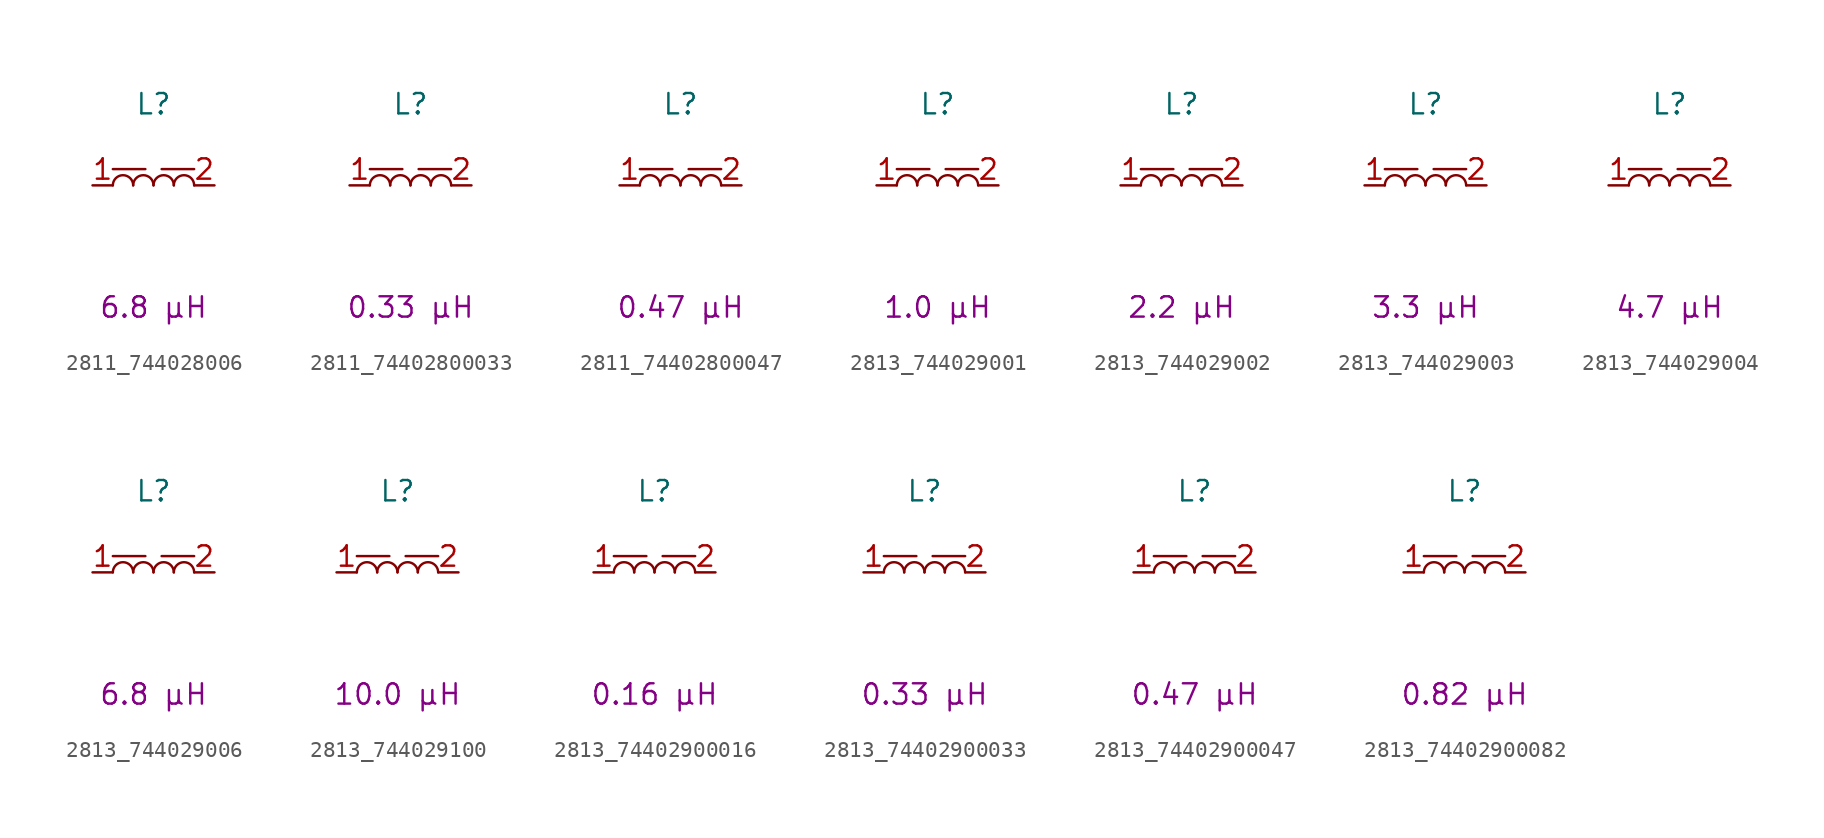
<source format=kicad_sym>
(kicad_symbol_lib
  (version 20220914)
  (generator kicad_symbol_editor)
  (symbol "2811_744028006"
    (pin_names hide)
    (property "Reference" "L"
      (at 0 5.08 0)
      (effects (font (size 1.27 1.27))))
    (property "Critical Parameter" "6.8 µH"
      (at 0 -7.62 0)
      (effects (font (size 1.27 1.27))))
    (symbol "2811_744028006_0_1"
      (arc (start -1.27 0) (mid -1.905 0.6323) (end -2.54 0) (stroke (width 0) (type default)) (fill (type none)))
      (arc (start 0 0) (mid -0.635 0.6323) (end -1.27 0) (stroke (width 0) (type default)) (fill (type none)))
      (polyline (pts (xy -2.54 1.016) (xy -0.508 1.016)) (stroke (width 0) (type default)) (fill (type none)))
      (arc (start 1.27 0) (mid 0.635 0.6323) (end 0 0) (stroke (width 0) (type default)) (fill (type none)))
      (arc (start 2.54 0) (mid 1.905 0.6323) (end 1.27 0) (stroke (width 0) (type default)) (fill (type none))))
    (symbol "2811_744028006_1_1"
      (polyline (pts (xy 2.54 1.016) (xy 0.508 1.016)) (stroke (width 0) (type default)) (fill (type none)))
      (pin passive line (at -3.81 0 0) (length 1.27) (name "1" (effects (font (size 1.27 1.27)))) (number "1" (effects (font (size 1.27 1.27)))))
      (pin passive line (at 3.81 0 180) (length 1.27) (name "2" (effects (font (size 1.27 1.27)))) (number "2" (effects (font (size 1.27 1.27)))))))
  (symbol "2811_74402800033"
    (pin_names hide)
    (property "Reference" "L"
      (at 0 5.08 0)
      (effects (font (size 1.27 1.27))))
    (property "Critical Parameter" "0.33 µH"
      (at 0 -7.62 0)
      (effects (font (size 1.27 1.27))))
    (symbol "2811_74402800033_0_1"
      (arc (start -1.27 0) (mid -1.905 0.6323) (end -2.54 0) (stroke (width 0) (type default)) (fill (type none)))
      (arc (start 0 0) (mid -0.635 0.6323) (end -1.27 0) (stroke (width 0) (type default)) (fill (type none)))
      (polyline (pts (xy -2.54 1.016) (xy -0.508 1.016)) (stroke (width 0) (type default)) (fill (type none)))
      (arc (start 1.27 0) (mid 0.635 0.6323) (end 0 0) (stroke (width 0) (type default)) (fill (type none)))
      (arc (start 2.54 0) (mid 1.905 0.6323) (end 1.27 0) (stroke (width 0) (type default)) (fill (type none))))
    (symbol "2811_74402800033_1_1"
      (polyline (pts (xy 2.54 1.016) (xy 0.508 1.016)) (stroke (width 0) (type default)) (fill (type none)))
      (pin passive line (at -3.81 0 0) (length 1.27) (name "1" (effects (font (size 1.27 1.27)))) (number "1" (effects (font (size 1.27 1.27)))))
      (pin passive line (at 3.81 0 180) (length 1.27) (name "2" (effects (font (size 1.27 1.27)))) (number "2" (effects (font (size 1.27 1.27)))))))
  (symbol "2811_74402800047"
    (pin_names hide)
    (property "Reference" "L"
      (at 0 5.08 0)
      (effects (font (size 1.27 1.27))))
    (property "Critical Parameter" "0.47 µH"
      (at 0 -7.62 0)
      (effects (font (size 1.27 1.27))))
    (symbol "2811_74402800047_0_1"
      (arc (start -1.27 0) (mid -1.905 0.6323) (end -2.54 0) (stroke (width 0) (type default)) (fill (type none)))
      (arc (start 0 0) (mid -0.635 0.6323) (end -1.27 0) (stroke (width 0) (type default)) (fill (type none)))
      (polyline (pts (xy -2.54 1.016) (xy -0.508 1.016)) (stroke (width 0) (type default)) (fill (type none)))
      (arc (start 1.27 0) (mid 0.635 0.6323) (end 0 0) (stroke (width 0) (type default)) (fill (type none)))
      (arc (start 2.54 0) (mid 1.905 0.6323) (end 1.27 0) (stroke (width 0) (type default)) (fill (type none))))
    (symbol "2811_74402800047_1_1"
      (polyline (pts (xy 2.54 1.016) (xy 0.508 1.016)) (stroke (width 0) (type default)) (fill (type none)))
      (pin passive line (at -3.81 0 0) (length 1.27) (name "1" (effects (font (size 1.27 1.27)))) (number "1" (effects (font (size 1.27 1.27)))))
      (pin passive line (at 3.81 0 180) (length 1.27) (name "2" (effects (font (size 1.27 1.27)))) (number "2" (effects (font (size 1.27 1.27)))))))
  (symbol "2813_744029001"
    (pin_names hide)
    (property "Reference" "L"
      (at 0 5.08 0)
      (effects (font (size 1.27 1.27))))
    (property "Critical Parameter" "1.0 µH"
      (at 0 -7.62 0)
      (effects (font (size 1.27 1.27))))
    (symbol "2813_744029001_0_1"
      (arc (start -1.27 0) (mid -1.905 0.6323) (end -2.54 0) (stroke (width 0) (type default)) (fill (type none)))
      (arc (start 0 0) (mid -0.635 0.6323) (end -1.27 0) (stroke (width 0) (type default)) (fill (type none)))
      (polyline (pts (xy -2.54 1.016) (xy -0.508 1.016)) (stroke (width 0) (type default)) (fill (type none)))
      (arc (start 1.27 0) (mid 0.635 0.6323) (end 0 0) (stroke (width 0) (type default)) (fill (type none)))
      (arc (start 2.54 0) (mid 1.905 0.6323) (end 1.27 0) (stroke (width 0) (type default)) (fill (type none))))
    (symbol "2813_744029001_1_1"
      (polyline (pts (xy 2.54 1.016) (xy 0.508 1.016)) (stroke (width 0) (type default)) (fill (type none)))
      (pin passive line (at -3.81 0 0) (length 1.27) (name "1" (effects (font (size 1.27 1.27)))) (number "1" (effects (font (size 1.27 1.27)))))
      (pin passive line (at 3.81 0 180) (length 1.27) (name "2" (effects (font (size 1.27 1.27)))) (number "2" (effects (font (size 1.27 1.27)))))))
  (symbol "2813_744029002"
    (pin_names hide)
    (property "Reference" "L"
      (at 0 5.08 0)
      (effects (font (size 1.27 1.27))))
    (property "Critical Parameter" "2.2 µH"
      (at 0 -7.62 0)
      (effects (font (size 1.27 1.27))))
    (symbol "2813_744029002_0_1"
      (arc (start -1.27 0) (mid -1.905 0.6323) (end -2.54 0) (stroke (width 0) (type default)) (fill (type none)))
      (arc (start 0 0) (mid -0.635 0.6323) (end -1.27 0) (stroke (width 0) (type default)) (fill (type none)))
      (polyline (pts (xy -2.54 1.016) (xy -0.508 1.016)) (stroke (width 0) (type default)) (fill (type none)))
      (arc (start 1.27 0) (mid 0.635 0.6323) (end 0 0) (stroke (width 0) (type default)) (fill (type none)))
      (arc (start 2.54 0) (mid 1.905 0.6323) (end 1.27 0) (stroke (width 0) (type default)) (fill (type none))))
    (symbol "2813_744029002_1_1"
      (polyline (pts (xy 2.54 1.016) (xy 0.508 1.016)) (stroke (width 0) (type default)) (fill (type none)))
      (pin passive line (at -3.81 0 0) (length 1.27) (name "1" (effects (font (size 1.27 1.27)))) (number "1" (effects (font (size 1.27 1.27)))))
      (pin passive line (at 3.81 0 180) (length 1.27) (name "2" (effects (font (size 1.27 1.27)))) (number "2" (effects (font (size 1.27 1.27)))))))
  (symbol "2813_744029003"
    (pin_names hide)
    (property "Reference" "L"
      (at 0 5.08 0)
      (effects (font (size 1.27 1.27))))
    (property "Critical Parameter" "3.3 µH"
      (at 0 -7.62 0)
      (effects (font (size 1.27 1.27))))
    (symbol "2813_744029003_0_1"
      (arc (start -1.27 0) (mid -1.905 0.6323) (end -2.54 0) (stroke (width 0) (type default)) (fill (type none)))
      (arc (start 0 0) (mid -0.635 0.6323) (end -1.27 0) (stroke (width 0) (type default)) (fill (type none)))
      (polyline (pts (xy -2.54 1.016) (xy -0.508 1.016)) (stroke (width 0) (type default)) (fill (type none)))
      (arc (start 1.27 0) (mid 0.635 0.6323) (end 0 0) (stroke (width 0) (type default)) (fill (type none)))
      (arc (start 2.54 0) (mid 1.905 0.6323) (end 1.27 0) (stroke (width 0) (type default)) (fill (type none))))
    (symbol "2813_744029003_1_1"
      (polyline (pts (xy 2.54 1.016) (xy 0.508 1.016)) (stroke (width 0) (type default)) (fill (type none)))
      (pin passive line (at -3.81 0 0) (length 1.27) (name "1" (effects (font (size 1.27 1.27)))) (number "1" (effects (font (size 1.27 1.27)))))
      (pin passive line (at 3.81 0 180) (length 1.27) (name "2" (effects (font (size 1.27 1.27)))) (number "2" (effects (font (size 1.27 1.27)))))))
  (symbol "2813_744029004"
    (pin_names hide)
    (property "Reference" "L"
      (at 0 5.08 0)
      (effects (font (size 1.27 1.27))))
    (property "Critical Parameter" "4.7 µH"
      (at 0 -7.62 0)
      (effects (font (size 1.27 1.27))))
    (symbol "2813_744029004_0_1"
      (arc (start -1.27 0) (mid -1.905 0.6323) (end -2.54 0) (stroke (width 0) (type default)) (fill (type none)))
      (arc (start 0 0) (mid -0.635 0.6323) (end -1.27 0) (stroke (width 0) (type default)) (fill (type none)))
      (polyline (pts (xy -2.54 1.016) (xy -0.508 1.016)) (stroke (width 0) (type default)) (fill (type none)))
      (arc (start 1.27 0) (mid 0.635 0.6323) (end 0 0) (stroke (width 0) (type default)) (fill (type none)))
      (arc (start 2.54 0) (mid 1.905 0.6323) (end 1.27 0) (stroke (width 0) (type default)) (fill (type none))))
    (symbol "2813_744029004_1_1"
      (polyline (pts (xy 2.54 1.016) (xy 0.508 1.016)) (stroke (width 0) (type default)) (fill (type none)))
      (pin passive line (at -3.81 0 0) (length 1.27) (name "1" (effects (font (size 1.27 1.27)))) (number "1" (effects (font (size 1.27 1.27)))))
      (pin passive line (at 3.81 0 180) (length 1.27) (name "2" (effects (font (size 1.27 1.27)))) (number "2" (effects (font (size 1.27 1.27)))))))
  (symbol "2813_744029006"
    (pin_names hide)
    (property "Reference" "L"
      (at 0 5.08 0)
      (effects (font (size 1.27 1.27))))
    (property "Critical Parameter" "6.8 µH"
      (at 0 -7.62 0)
      (effects (font (size 1.27 1.27))))
    (symbol "2813_744029006_0_1"
      (arc (start -1.27 0) (mid -1.905 0.6323) (end -2.54 0) (stroke (width 0) (type default)) (fill (type none)))
      (arc (start 0 0) (mid -0.635 0.6323) (end -1.27 0) (stroke (width 0) (type default)) (fill (type none)))
      (polyline (pts (xy -2.54 1.016) (xy -0.508 1.016)) (stroke (width 0) (type default)) (fill (type none)))
      (arc (start 1.27 0) (mid 0.635 0.6323) (end 0 0) (stroke (width 0) (type default)) (fill (type none)))
      (arc (start 2.54 0) (mid 1.905 0.6323) (end 1.27 0) (stroke (width 0) (type default)) (fill (type none))))
    (symbol "2813_744029006_1_1"
      (polyline (pts (xy 2.54 1.016) (xy 0.508 1.016)) (stroke (width 0) (type default)) (fill (type none)))
      (pin passive line (at -3.81 0 0) (length 1.27) (name "1" (effects (font (size 1.27 1.27)))) (number "1" (effects (font (size 1.27 1.27)))))
      (pin passive line (at 3.81 0 180) (length 1.27) (name "2" (effects (font (size 1.27 1.27)))) (number "2" (effects (font (size 1.27 1.27)))))))
  (symbol "2813_744029100"
    (pin_names hide)
    (property "Reference" "L"
      (at 0 5.08 0)
      (effects (font (size 1.27 1.27))))
    (property "Critical Parameter" "10.0 µH"
      (at 0 -7.62 0)
      (effects (font (size 1.27 1.27))))
    (symbol "2813_744029100_0_1"
      (arc (start -1.27 0) (mid -1.905 0.6323) (end -2.54 0) (stroke (width 0) (type default)) (fill (type none)))
      (arc (start 0 0) (mid -0.635 0.6323) (end -1.27 0) (stroke (width 0) (type default)) (fill (type none)))
      (polyline (pts (xy -2.54 1.016) (xy -0.508 1.016)) (stroke (width 0) (type default)) (fill (type none)))
      (arc (start 1.27 0) (mid 0.635 0.6323) (end 0 0) (stroke (width 0) (type default)) (fill (type none)))
      (arc (start 2.54 0) (mid 1.905 0.6323) (end 1.27 0) (stroke (width 0) (type default)) (fill (type none))))
    (symbol "2813_744029100_1_1"
      (polyline (pts (xy 2.54 1.016) (xy 0.508 1.016)) (stroke (width 0) (type default)) (fill (type none)))
      (pin passive line (at -3.81 0 0) (length 1.27) (name "1" (effects (font (size 1.27 1.27)))) (number "1" (effects (font (size 1.27 1.27)))))
      (pin passive line (at 3.81 0 180) (length 1.27) (name "2" (effects (font (size 1.27 1.27)))) (number "2" (effects (font (size 1.27 1.27)))))))
  (symbol "2813_74402900016"
    (pin_names hide)
    (property "Reference" "L"
      (at 0 5.08 0)
      (effects (font (size 1.27 1.27))))
    (property "Critical Parameter" "0.16 µH"
      (at 0 -7.62 0)
      (effects (font (size 1.27 1.27))))
    (symbol "2813_74402900016_0_1"
      (arc (start -1.27 0) (mid -1.905 0.6323) (end -2.54 0) (stroke (width 0) (type default)) (fill (type none)))
      (arc (start 0 0) (mid -0.635 0.6323) (end -1.27 0) (stroke (width 0) (type default)) (fill (type none)))
      (polyline (pts (xy -2.54 1.016) (xy -0.508 1.016)) (stroke (width 0) (type default)) (fill (type none)))
      (arc (start 1.27 0) (mid 0.635 0.6323) (end 0 0) (stroke (width 0) (type default)) (fill (type none)))
      (arc (start 2.54 0) (mid 1.905 0.6323) (end 1.27 0) (stroke (width 0) (type default)) (fill (type none))))
    (symbol "2813_74402900016_1_1"
      (polyline (pts (xy 2.54 1.016) (xy 0.508 1.016)) (stroke (width 0) (type default)) (fill (type none)))
      (pin passive line (at -3.81 0 0) (length 1.27) (name "1" (effects (font (size 1.27 1.27)))) (number "1" (effects (font (size 1.27 1.27)))))
      (pin passive line (at 3.81 0 180) (length 1.27) (name "2" (effects (font (size 1.27 1.27)))) (number "2" (effects (font (size 1.27 1.27)))))))
  (symbol "2813_74402900033"
    (pin_names hide)
    (property "Reference" "L"
      (at 0 5.08 0)
      (effects (font (size 1.27 1.27))))
    (property "Critical Parameter" "0.33 µH"
      (at 0 -7.62 0)
      (effects (font (size 1.27 1.27))))
    (symbol "2813_74402900033_0_1"
      (arc (start -1.27 0) (mid -1.905 0.6323) (end -2.54 0) (stroke (width 0) (type default)) (fill (type none)))
      (arc (start 0 0) (mid -0.635 0.6323) (end -1.27 0) (stroke (width 0) (type default)) (fill (type none)))
      (polyline (pts (xy -2.54 1.016) (xy -0.508 1.016)) (stroke (width 0) (type default)) (fill (type none)))
      (arc (start 1.27 0) (mid 0.635 0.6323) (end 0 0) (stroke (width 0) (type default)) (fill (type none)))
      (arc (start 2.54 0) (mid 1.905 0.6323) (end 1.27 0) (stroke (width 0) (type default)) (fill (type none))))
    (symbol "2813_74402900033_1_1"
      (polyline (pts (xy 2.54 1.016) (xy 0.508 1.016)) (stroke (width 0) (type default)) (fill (type none)))
      (pin passive line (at -3.81 0 0) (length 1.27) (name "1" (effects (font (size 1.27 1.27)))) (number "1" (effects (font (size 1.27 1.27)))))
      (pin passive line (at 3.81 0 180) (length 1.27) (name "2" (effects (font (size 1.27 1.27)))) (number "2" (effects (font (size 1.27 1.27)))))))
  (symbol "2813_74402900047"
    (pin_names hide)
    (property "Reference" "L"
      (at 0 5.08 0)
      (effects (font (size 1.27 1.27))))
    (property "Critical Parameter" "0.47 µH"
      (at 0 -7.62 0)
      (effects (font (size 1.27 1.27))))
    (symbol "2813_74402900047_0_1"
      (arc (start -1.27 0) (mid -1.905 0.6323) (end -2.54 0) (stroke (width 0) (type default)) (fill (type none)))
      (arc (start 0 0) (mid -0.635 0.6323) (end -1.27 0) (stroke (width 0) (type default)) (fill (type none)))
      (polyline (pts (xy -2.54 1.016) (xy -0.508 1.016)) (stroke (width 0) (type default)) (fill (type none)))
      (arc (start 1.27 0) (mid 0.635 0.6323) (end 0 0) (stroke (width 0) (type default)) (fill (type none)))
      (arc (start 2.54 0) (mid 1.905 0.6323) (end 1.27 0) (stroke (width 0) (type default)) (fill (type none))))
    (symbol "2813_74402900047_1_1"
      (polyline (pts (xy 2.54 1.016) (xy 0.508 1.016)) (stroke (width 0) (type default)) (fill (type none)))
      (pin passive line (at -3.81 0 0) (length 1.27) (name "1" (effects (font (size 1.27 1.27)))) (number "1" (effects (font (size 1.27 1.27)))))
      (pin passive line (at 3.81 0 180) (length 1.27) (name "2" (effects (font (size 1.27 1.27)))) (number "2" (effects (font (size 1.27 1.27)))))))
  (symbol "2813_74402900082"
    (pin_names hide)
    (property "Reference" "L"
      (at 0 5.08 0)
      (effects (font (size 1.27 1.27))))
    (property "Critical Parameter" "0.82 µH"
      (at 0 -7.62 0)
      (effects (font (size 1.27 1.27))))
    (symbol "2813_74402900082_0_1"
      (arc (start -1.27 0) (mid -1.905 0.6323) (end -2.54 0) (stroke (width 0) (type default)) (fill (type none)))
      (arc (start 0 0) (mid -0.635 0.6323) (end -1.27 0) (stroke (width 0) (type default)) (fill (type none)))
      (polyline (pts (xy -2.54 1.016) (xy -0.508 1.016)) (stroke (width 0) (type default)) (fill (type none)))
      (arc (start 1.27 0) (mid 0.635 0.6323) (end 0 0) (stroke (width 0) (type default)) (fill (type none)))
      (arc (start 2.54 0) (mid 1.905 0.6323) (end 1.27 0) (stroke (width 0) (type default)) (fill (type none))))
    (symbol "2813_74402900082_1_1"
      (polyline (pts (xy 2.54 1.016) (xy 0.508 1.016)) (stroke (width 0) (type default)) (fill (type none)))
      (pin passive line (at -3.81 0 0) (length 1.27) (name "1" (effects (font (size 1.27 1.27)))) (number "1" (effects (font (size 1.27 1.27)))))
      (pin passive line (at 3.81 0 180) (length 1.27) (name "2" (effects (font (size 1.27 1.27)))) (number "2" (effects (font (size 1.27 1.27))))))))
</source>
